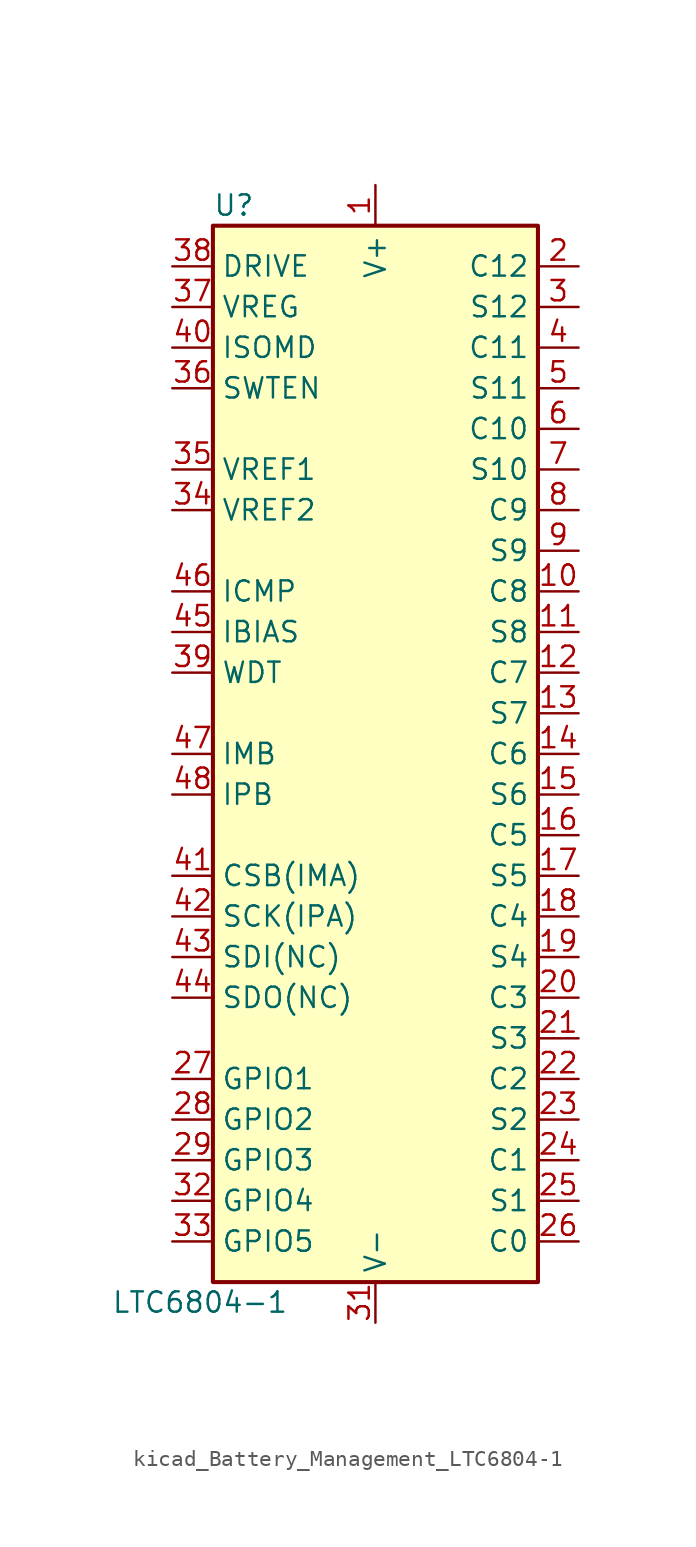
<source format=kicad_sym>
(kicad_symbol_lib
  (version 20220914)
  (generator kicad_symbol_editor)
  (symbol "kicad_Battery_Management_LTC6804-1"
    (property "Reference" "U"
      (at -10.16 34.29 0)
      (effects (font (size 1.27 1.27)) (justify left)))
    (property "Value" "LTC6804-1"
      (at -16.51 -34.29 0)
      (effects (font (size 1.27 1.27)) (justify left)))
    (symbol "kicad_Battery_Management_LTC6804-1_0_1"
      (rectangle (start 10.16 -33.02) (end -10.16 33.02) (stroke (width 0.254) (type default)) (fill (type background))))
    (symbol "kicad_Battery_Management_LTC6804-1_1_1"
      (pin power_in line (at 0 35.56 270) (length 2.54) (name "V+" (effects (font (size 1.27 1.27)))) (number "1" (effects (font (size 1.27 1.27)))))
      (pin input line (at 12.7 10.16 180) (length 2.54) (name "C8" (effects (font (size 1.27 1.27)))) (number "10" (effects (font (size 1.27 1.27)))))
      (pin bidirectional line (at 12.7 7.62 180) (length 2.54) (name "S8" (effects (font (size 1.27 1.27)))) (number "11" (effects (font (size 1.27 1.27)))))
      (pin input line (at 12.7 5.08 180) (length 2.54) (name "C7" (effects (font (size 1.27 1.27)))) (number "12" (effects (font (size 1.27 1.27)))))
      (pin bidirectional line (at 12.7 2.54 180) (length 2.54) (name "S7" (effects (font (size 1.27 1.27)))) (number "13" (effects (font (size 1.27 1.27)))))
      (pin input line (at 12.7 0 180) (length 2.54) (name "C6" (effects (font (size 1.27 1.27)))) (number "14" (effects (font (size 1.27 1.27)))))
      (pin bidirectional line (at 12.7 -2.54 180) (length 2.54) (name "S6" (effects (font (size 1.27 1.27)))) (number "15" (effects (font (size 1.27 1.27)))))
      (pin input line (at 12.7 -5.08 180) (length 2.54) (name "C5" (effects (font (size 1.27 1.27)))) (number "16" (effects (font (size 1.27 1.27)))))
      (pin bidirectional line (at 12.7 -7.62 180) (length 2.54) (name "S5" (effects (font (size 1.27 1.27)))) (number "17" (effects (font (size 1.27 1.27)))))
      (pin input line (at 12.7 -10.16 180) (length 2.54) (name "C4" (effects (font (size 1.27 1.27)))) (number "18" (effects (font (size 1.27 1.27)))))
      (pin bidirectional line (at 12.7 -12.7 180) (length 2.54) (name "S4" (effects (font (size 1.27 1.27)))) (number "19" (effects (font (size 1.27 1.27)))))
      (pin input line (at 12.7 30.48 180) (length 2.54) (name "C12" (effects (font (size 1.27 1.27)))) (number "2" (effects (font (size 1.27 1.27)))))
      (pin input line (at 12.7 -15.24 180) (length 2.54) (name "C3" (effects (font (size 1.27 1.27)))) (number "20" (effects (font (size 1.27 1.27)))))
      (pin bidirectional line (at 12.7 -17.78 180) (length 2.54) (name "S3" (effects (font (size 1.27 1.27)))) (number "21" (effects (font (size 1.27 1.27)))))
      (pin input line (at 12.7 -20.32 180) (length 2.54) (name "C2" (effects (font (size 1.27 1.27)))) (number "22" (effects (font (size 1.27 1.27)))))
      (pin bidirectional line (at 12.7 -22.86 180) (length 2.54) (name "S2" (effects (font (size 1.27 1.27)))) (number "23" (effects (font (size 1.27 1.27)))))
      (pin input line (at 12.7 -25.4 180) (length 2.54) (name "C1" (effects (font (size 1.27 1.27)))) (number "24" (effects (font (size 1.27 1.27)))))
      (pin bidirectional line (at 12.7 -27.94 180) (length 2.54) (name "S1" (effects (font (size 1.27 1.27)))) (number "25" (effects (font (size 1.27 1.27)))))
      (pin input line (at 12.7 -30.48 180) (length 2.54) (name "C0" (effects (font (size 1.27 1.27)))) (number "26" (effects (font (size 1.27 1.27)))))
      (pin bidirectional line (at -12.7 -20.32 0) (length 2.54) (name "GPIO1" (effects (font (size 1.27 1.27)))) (number "27" (effects (font (size 1.27 1.27)))))
      (pin bidirectional line (at -12.7 -22.86 0) (length 2.54) (name "GPIO2" (effects (font (size 1.27 1.27)))) (number "28" (effects (font (size 1.27 1.27)))))
      (pin bidirectional line (at -12.7 -25.4 0) (length 2.54) (name "GPIO3" (effects (font (size 1.27 1.27)))) (number "29" (effects (font (size 1.27 1.27)))))
      (pin bidirectional line (at 12.7 27.94 180) (length 2.54) (name "S12" (effects (font (size 1.27 1.27)))) (number "3" (effects (font (size 1.27 1.27)))))
      (pin passive line (at 0 -35.56 90) (length 2.54) hide (name "V-" (effects (font (size 1.27 1.27)))) (number "30" (effects (font (size 1.27 1.27)))))
      (pin passive line (at 0 -35.56 90) (length 2.54) (name "V-" (effects (font (size 1.27 1.27)))) (number "31" (effects (font (size 1.27 1.27)))))
      (pin bidirectional line (at -12.7 -27.94 0) (length 2.54) (name "GPIO4" (effects (font (size 1.27 1.27)))) (number "32" (effects (font (size 1.27 1.27)))))
      (pin bidirectional line (at -12.7 -30.48 0) (length 2.54) (name "GPIO5" (effects (font (size 1.27 1.27)))) (number "33" (effects (font (size 1.27 1.27)))))
      (pin output line (at -12.7 15.24 0) (length 2.54) (name "VREF2" (effects (font (size 1.27 1.27)))) (number "34" (effects (font (size 1.27 1.27)))))
      (pin output line (at -12.7 17.78 0) (length 2.54) (name "VREF1" (effects (font (size 1.27 1.27)))) (number "35" (effects (font (size 1.27 1.27)))))
      (pin input line (at -12.7 22.86 0) (length 2.54) (name "SWTEN" (effects (font (size 1.27 1.27)))) (number "36" (effects (font (size 1.27 1.27)))))
      (pin input line (at -12.7 27.94 0) (length 2.54) (name "VREG" (effects (font (size 1.27 1.27)))) (number "37" (effects (font (size 1.27 1.27)))))
      (pin output line (at -12.7 30.48 0) (length 2.54) (name "DRIVE" (effects (font (size 1.27 1.27)))) (number "38" (effects (font (size 1.27 1.27)))))
      (pin output line (at -12.7 5.08 0) (length 2.54) (name "WDT" (effects (font (size 1.27 1.27)))) (number "39" (effects (font (size 1.27 1.27)))))
      (pin input line (at 12.7 25.4 180) (length 2.54) (name "C11" (effects (font (size 1.27 1.27)))) (number "4" (effects (font (size 1.27 1.27)))))
      (pin input line (at -12.7 25.4 0) (length 2.54) (name "ISOMD" (effects (font (size 1.27 1.27)))) (number "40" (effects (font (size 1.27 1.27)))))
      (pin bidirectional line (at -12.7 -7.62 0) (length 2.54) (name "CSB(IMA)" (effects (font (size 1.27 1.27)))) (number "41" (effects (font (size 1.27 1.27)))))
      (pin bidirectional line (at -12.7 -10.16 0) (length 2.54) (name "SCK(IPA)" (effects (font (size 1.27 1.27)))) (number "42" (effects (font (size 1.27 1.27)))))
      (pin input line (at -12.7 -12.7 0) (length 2.54) (name "SDI(NC)" (effects (font (size 1.27 1.27)))) (number "43" (effects (font (size 1.27 1.27)))))
      (pin open_collector line (at -12.7 -15.24 0) (length 2.54) (name "SDO(NC)" (effects (font (size 1.27 1.27)))) (number "44" (effects (font (size 1.27 1.27)))))
      (pin passive line (at -12.7 7.62 0) (length 2.54) (name "IBIAS" (effects (font (size 1.27 1.27)))) (number "45" (effects (font (size 1.27 1.27)))))
      (pin passive line (at -12.7 10.16 0) (length 2.54) (name "ICMP" (effects (font (size 1.27 1.27)))) (number "46" (effects (font (size 1.27 1.27)))))
      (pin bidirectional line (at -12.7 0 0) (length 2.54) (name "IMB" (effects (font (size 1.27 1.27)))) (number "47" (effects (font (size 1.27 1.27)))))
      (pin bidirectional line (at -12.7 -2.54 0) (length 2.54) (name "IPB" (effects (font (size 1.27 1.27)))) (number "48" (effects (font (size 1.27 1.27)))))
      (pin bidirectional line (at 12.7 22.86 180) (length 2.54) (name "S11" (effects (font (size 1.27 1.27)))) (number "5" (effects (font (size 1.27 1.27)))))
      (pin input line (at 12.7 20.32 180) (length 2.54) (name "C10" (effects (font (size 1.27 1.27)))) (number "6" (effects (font (size 1.27 1.27)))))
      (pin bidirectional line (at 12.7 17.78 180) (length 2.54) (name "S10" (effects (font (size 1.27 1.27)))) (number "7" (effects (font (size 1.27 1.27)))))
      (pin input line (at 12.7 15.24 180) (length 2.54) (name "C9" (effects (font (size 1.27 1.27)))) (number "8" (effects (font (size 1.27 1.27)))))
      (pin bidirectional line (at 12.7 12.7 180) (length 2.54) (name "S9" (effects (font (size 1.27 1.27)))) (number "9" (effects (font (size 1.27 1.27))))))))
</source>
